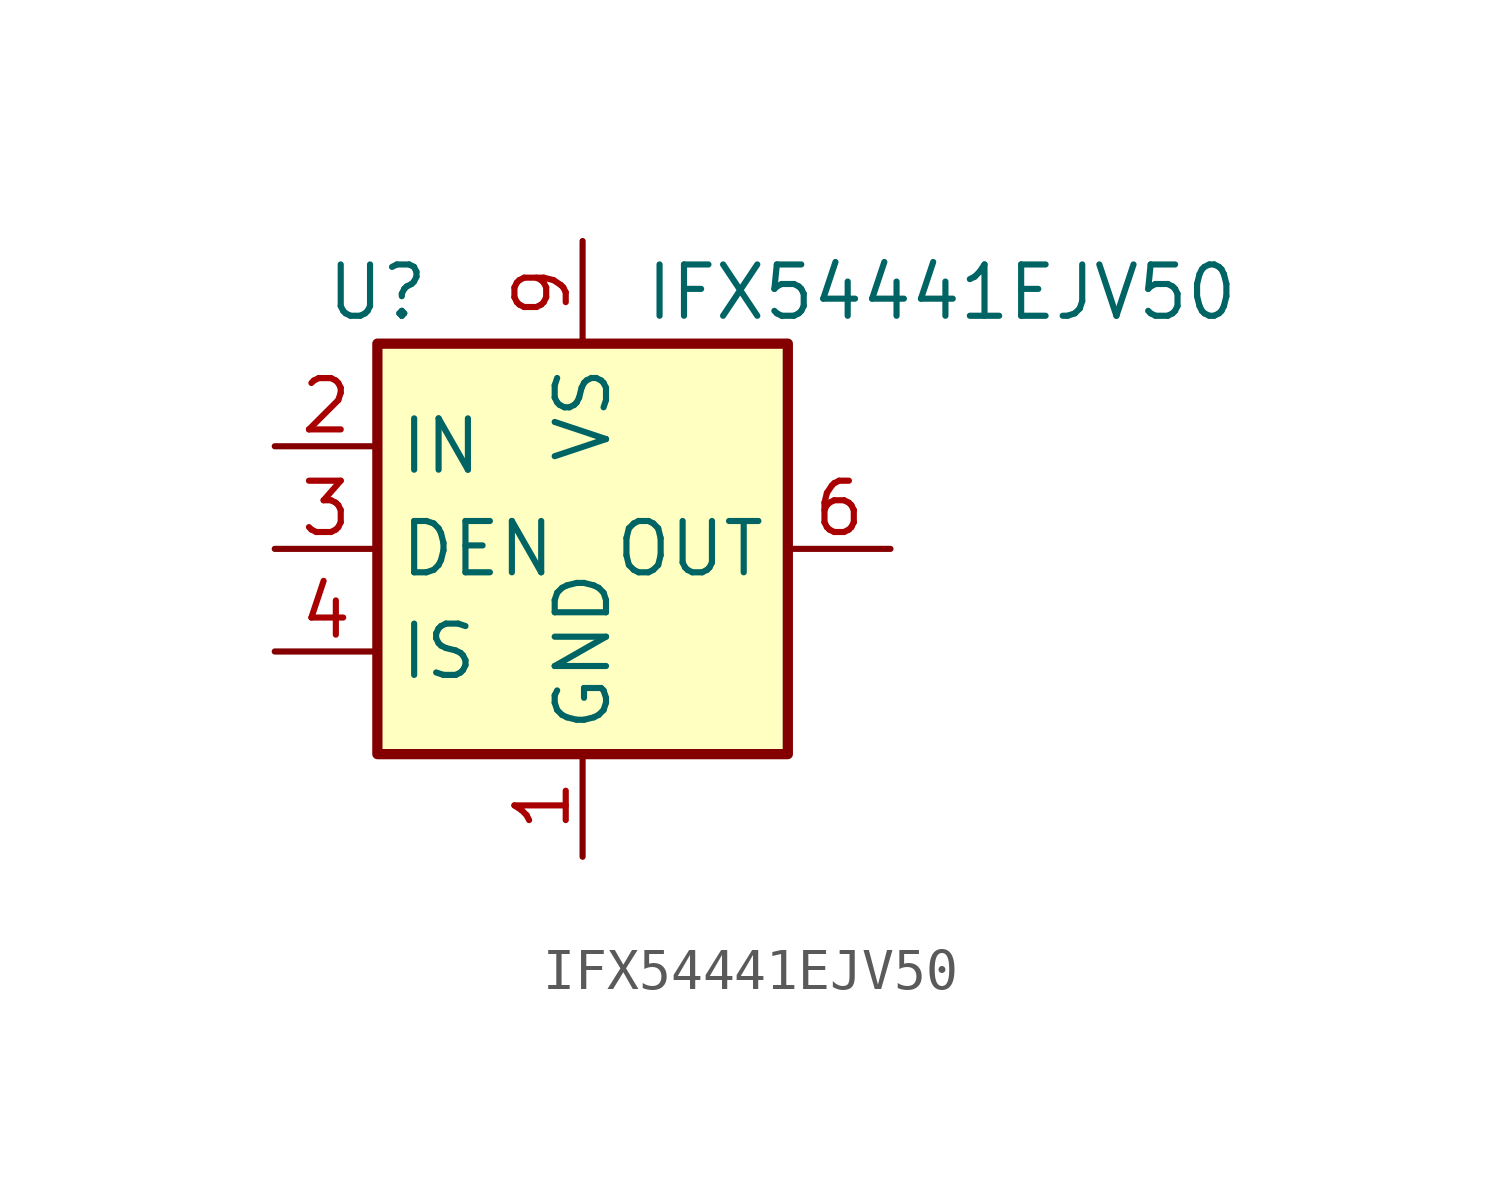
<source format=kicad_sym>
(kicad_symbol_lib
  (version 20211014)
  (generator kicad_symbol_editor)
  (symbol "IFX54441EJV50"
    (property "Reference" "U"
      (at -5.08 6.35 0)
      (effects (font (size 1.27 1.27))))
    (property "Value" "IFX54441EJV50"
      (at 8.89 6.35 0)
      (effects (font (size 1.27 1.27))))
    (symbol "IFX54441EJV50_0_1"
      (rectangle (start -5.08 5.08) (end 5.08 -5.08) (stroke (width 0.254) (type default) (color 0 0 0 0)) (fill (type background))))
    (symbol "IFX54441EJV50_1_1"
      (pin power_in line (at 0 -7.62 90) (length 2.54) (name "GND" (effects (font (size 1.27 1.27)))) (number "1" (effects (font (size 1.27 1.27)))))
      (pin input line (at -7.62 2.54 0) (length 2.54) (name "IN" (effects (font (size 1.27 1.27)))) (number "2" (effects (font (size 1.27 1.27)))))
      (pin input line (at -7.62 0 0) (length 2.54) (name "DEN" (effects (font (size 1.27 1.27)))) (number "3" (effects (font (size 1.27 1.27)))))
      (pin output line (at -7.62 -2.54 0) (length 2.54) (name "IS" (effects (font (size 1.27 1.27)))) (number "4" (effects (font (size 1.27 1.27)))))
      (pin no_connect line (at 5.08 2.54 180) (length 2.54) hide (name "NC" (effects (font (size 1.27 1.27)))) (number "5" (effects (font (size 1.27 1.27)))))
      (pin power_out line (at 7.62 0 180) (length 2.54) (name "OUT" (effects (font (size 1.27 1.27)))) (number "6" (effects (font (size 1.27 1.27)))))
      (pin passive line (at 7.62 0 180) (length 2.54) hide (name "OUT" (effects (font (size 1.27 1.27)))) (number "7" (effects (font (size 1.27 1.27)))))
      (pin passive line (at 7.62 0 180) (length 2.54) hide (name "OUT" (effects (font (size 1.27 1.27)))) (number "8" (effects (font (size 1.27 1.27)))))
      (pin power_in line (at 0 7.62 270) (length 2.54) (name "VS" (effects (font (size 1.27 1.27)))) (number "9" (effects (font (size 1.27 1.27))))))))
</source>
